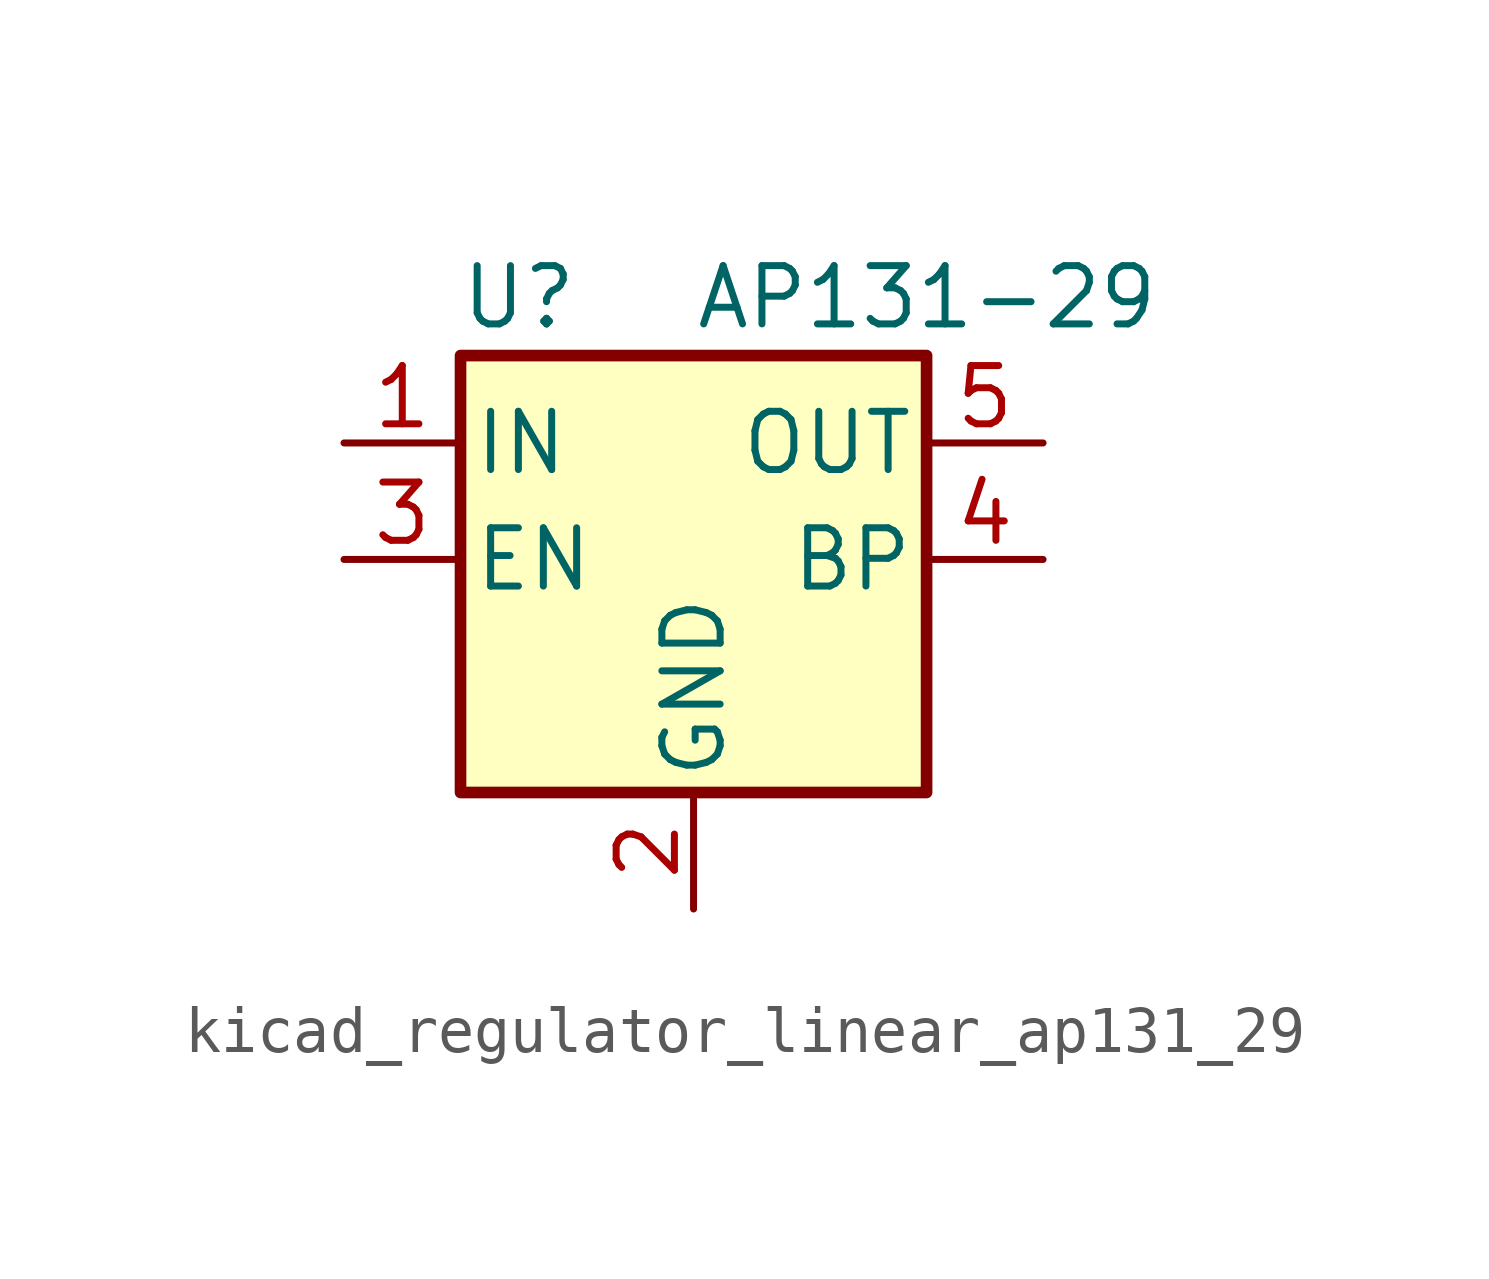
<source format=kicad_sym>
(kicad_symbol_lib
  (version 20220914)
  (generator kicad_symbol_editor)
  (symbol "kicad_regulator_linear_ap131_29"
    (pin_names
      (offset 0.254))
    (property "Reference" "U"
      (at -3.81 5.715 0)
      (effects (font (size 1.27 1.27))))
    (property "Value" "AP131-29"
      (at 0 5.715 0)
      (effects (font (size 1.27 1.27)) (justify left)))
    (symbol "kicad_regulator_linear_ap131_29_0_1"
      (rectangle (start -5.08 4.445) (end 5.08 -5.08) (stroke (width 0.254) (type default)) (fill (type background))))
    (symbol "kicad_regulator_linear_ap131_29_1_1"
      (pin power_in line (at -7.62 2.54 0) (length 2.54) (name "IN" (effects (font (size 1.27 1.27)))) (number "1" (effects (font (size 1.27 1.27)))))
      (pin power_in line (at 0 -7.62 90) (length 2.54) (name "GND" (effects (font (size 1.27 1.27)))) (number "2" (effects (font (size 1.27 1.27)))))
      (pin input line (at -7.62 0 0) (length 2.54) (name "EN" (effects (font (size 1.27 1.27)))) (number "3" (effects (font (size 1.27 1.27)))))
      (pin input line (at 7.62 0 180) (length 2.54) (name "BP" (effects (font (size 1.27 1.27)))) (number "4" (effects (font (size 1.27 1.27)))))
      (pin power_out line (at 7.62 2.54 180) (length 2.54) (name "OUT" (effects (font (size 1.27 1.27)))) (number "5" (effects (font (size 1.27 1.27))))))))
</source>
